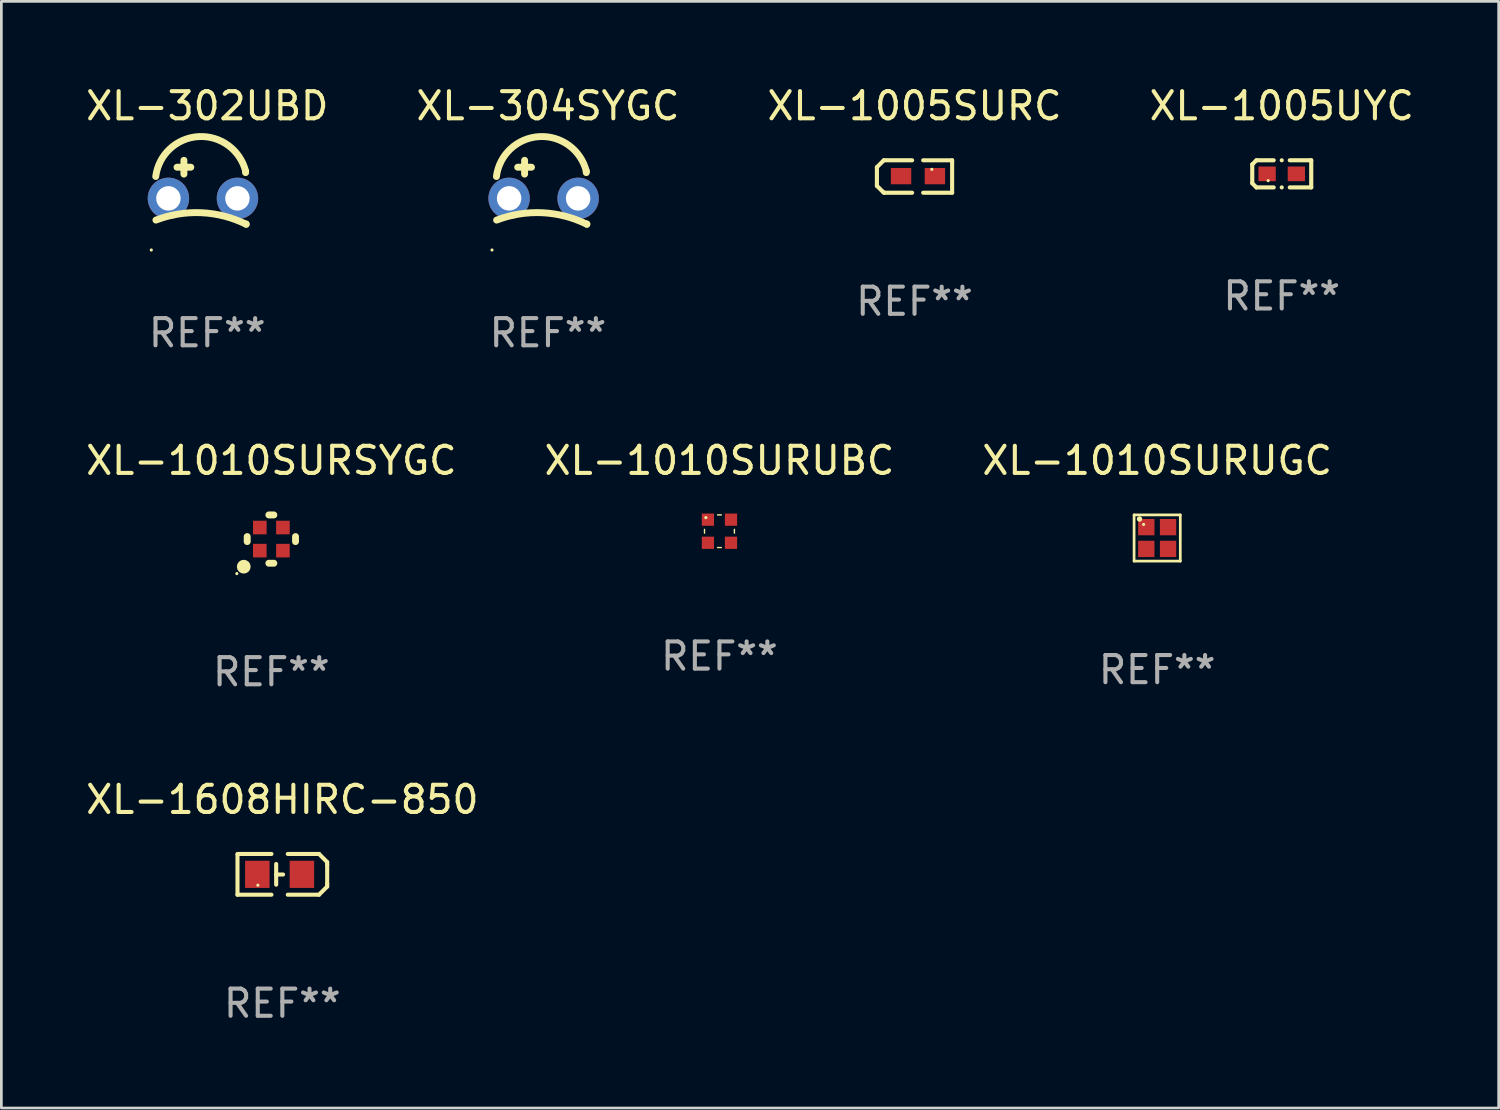
<source format=kicad_pcb>
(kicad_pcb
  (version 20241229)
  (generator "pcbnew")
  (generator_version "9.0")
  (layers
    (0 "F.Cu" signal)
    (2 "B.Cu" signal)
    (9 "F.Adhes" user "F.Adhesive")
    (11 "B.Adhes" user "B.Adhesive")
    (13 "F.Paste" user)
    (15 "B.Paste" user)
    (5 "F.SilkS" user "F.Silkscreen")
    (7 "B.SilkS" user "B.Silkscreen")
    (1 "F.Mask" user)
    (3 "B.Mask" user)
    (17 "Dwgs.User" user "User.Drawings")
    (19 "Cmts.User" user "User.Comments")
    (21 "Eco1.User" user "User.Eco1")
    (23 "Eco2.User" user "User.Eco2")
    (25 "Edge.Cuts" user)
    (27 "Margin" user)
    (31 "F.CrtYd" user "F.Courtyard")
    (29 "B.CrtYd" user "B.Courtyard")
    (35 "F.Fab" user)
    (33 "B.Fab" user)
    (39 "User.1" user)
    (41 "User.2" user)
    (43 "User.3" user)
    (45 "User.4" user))
  (footprint "XL-304SYGC"
    (layer "F.Cu")
    (at 17.113 4.025)
    (property "Reference" "XL-304SYGC" (at 0 -3.176 0) (layer "F.SilkS") (effects (font (size 1 1) (thickness 0.15))))
    (attr through_hole)
    (fp_line (start -1.114 -0.922) (end -0.606 -0.922) (stroke (width 0.254) (type solid)) (layer "F.SilkS"))
    (fp_line (start -0.86 -1.176) (end -0.86 -0.668) (stroke (width 0.254) (type solid)) (layer "F.SilkS"))
    (fp_line (start 1.41 -0.776) (end 1.41 -0.723) (stroke (width 0.254) (type solid)) (layer "F.SilkS"))
    (fp_line (start 1.43 1.176) (end 1.43 1.164) (stroke (width 0.254) (type solid)) (layer "F.SilkS"))
    (fp_arc (start -1.896915 -0.579704) (mid -0.324751 -2.048067) (end 1.4103 -0.776302) (stroke (width 0.254001) (type solid)) (layer "F.SilkS"))
    (fp_arc (start -1.8897 1.023698) (mid -0.214006 0.752438) (end 1.429731 1.176302) (stroke (width 0.254001) (type solid)) (layer "F.SilkS"))
    (fp_circle (center -2.06 2.124) (end -2.03 2.124) (stroke (width 0.06) (type solid)) (fill no) (layer "F.SilkS"))
    (fp_text user "REF**" (at 0 5.176 0) (layer "F.Fab") (effects (font (size 1 1) (thickness 0.15))))
    (pad "1" thru_hole circle (at -1.43 0.224) (size 1.524 1.524) (drill 0.9) (layers "*.Cu" "*.Mask"))
    (pad "2" thru_hole circle (at 1.11 0.224) (size 1.524 1.524) (drill 0.9) (layers "*.Cu" "*.Mask")))
  (footprint "XL-1005SURC"
    (layer "F.Cu")
    (at 30.601 3.445)
    (property "Reference" "XL-1005SURC" (at 0 -2.597 0) (layer "F.SilkS") (effects (font (size 1 1) (thickness 0.15))))
    (attr through_hole)
    (fp_line (start -1.384 -0.343) (end -1.13 -0.597) (stroke (width 0.152) (type solid)) (layer "F.SilkS"))
    (fp_line (start -1.384 0.343) (end -1.384 -0.343) (stroke (width 0.152) (type solid)) (layer "F.SilkS"))
    (fp_line (start -1.143 0.584) (end -1.384 0.343) (stroke (width 0.152) (type solid)) (layer "F.SilkS"))
    (fp_line (start -1.13 -0.597) (end -0.089 -0.597) (stroke (width 0.152) (type solid)) (layer "F.SilkS"))
    (fp_line (start -1.105 0.597) (end -1.143 0.584) (stroke (width 0.152) (type solid)) (layer "F.SilkS"))
    (fp_line (start -1.105 0.597) (end -0.089 0.597) (stroke (width 0.152) (type solid)) (layer "F.SilkS"))
    (fp_line (start 0.318 0.597) (end 1.384 0.597) (stroke (width 0.15) (type solid)) (layer "F.SilkS"))
    (fp_line (start 1.384 -0.597) (end 0.318 -0.597) (stroke (width 0.15) (type solid)) (layer "F.SilkS"))
    (fp_line (start 1.384 0.597) (end 1.384 -0.597) (stroke (width 0.15) (type solid)) (layer "F.SilkS"))
    (fp_circle (center 0.637 -0.264) (end 0.667 -0.264) (stroke (width 0.06) (type solid)) (fill no) (layer "F.SilkS"))
    (fp_text user "REF**" (at 0 4.597 0) (layer "F.Fab") (effects (font (size 1 1) (thickness 0.15))))
    (pad "1" smd rect (at 0.75 -0.014) (size 0.75 0.6) (layers "F.Cu" "F.Mask" "F.Paste"))
    (pad "2" smd rect (at -0.496 -0.014) (size 0.75 0.6) (layers "F.Cu" "F.Mask" "F.Paste")))
  (footprint "XL-302UBD"
    (layer "F.Cu")
    (at 4.577 4.025)
    (property "Reference" "XL-302UBD" (at 0 -3.176 0) (layer "F.SilkS") (effects (font (size 1 1) (thickness 0.15))))
    (attr through_hole)
    (fp_line (start -1.114 -0.922) (end -0.606 -0.922) (stroke (width 0.254) (type solid)) (layer "F.SilkS"))
    (fp_line (start -0.86 -1.176) (end -0.86 -0.668) (stroke (width 0.254) (type solid)) (layer "F.SilkS"))
    (fp_line (start 1.41 -0.776) (end 1.41 -0.723) (stroke (width 0.254) (type solid)) (layer "F.SilkS"))
    (fp_line (start 1.43 1.176) (end 1.43 1.164) (stroke (width 0.254) (type solid)) (layer "F.SilkS"))
    (fp_arc (start -1.896915 -0.579704) (mid -0.324751 -2.048067) (end 1.4103 -0.776302) (stroke (width 0.254001) (type solid)) (layer "F.SilkS"))
    (fp_arc (start -1.8897 1.023698) (mid -0.214006 0.752438) (end 1.429731 1.176302) (stroke (width 0.254001) (type solid)) (layer "F.SilkS"))
    (fp_circle (center -2.06 2.124) (end -2.03 2.124) (stroke (width 0.06) (type solid)) (fill no) (layer "F.SilkS"))
    (fp_text user "REF**" (at 0 5.176 0) (layer "F.Fab") (effects (font (size 1 1) (thickness 0.15))))
    (pad "1" thru_hole circle (at -1.43 0.224) (size 1.524 1.524) (drill 0.9) (layers "*.Cu" "*.Mask"))
    (pad "2" thru_hole circle (at 1.11 0.224) (size 1.524 1.524) (drill 0.9) (layers "*.Cu" "*.Mask")))
  (footprint "XL-1608HIRC-850"
    (layer "F.Cu")
    (at 7.339 29.122)
    (property "Reference" "XL-1608HIRC-850" (at 0 -2.75 0) (layer "F.SilkS") (effects (font (size 1 1) (thickness 0.15))))
    (attr through_hole)
    (fp_line (start -1.65 0.75) (end -1.65 -0.73) (stroke (width 0.15) (type solid)) (layer "F.SilkS"))
    (fp_line (start -0.4 -0.75) (end -1.65 -0.75) (stroke (width 0.15) (type solid)) (layer "F.SilkS"))
    (fp_line (start -0.4 0.75) (end -1.65 0.75) (stroke (width 0.15) (type solid)) (layer "F.SilkS"))
    (fp_line (start -0.227 -0.381) (end -0.227 0.381) (stroke (width 0.15) (type solid)) (layer "F.SilkS"))
    (fp_line (start -0.227 0.006) (end 0.027 0.006) (stroke (width 0.15) (type solid)) (layer "F.SilkS"))
    (fp_line (start 0.2 -0.75) (end 1.35 -0.75) (stroke (width 0.15) (type solid)) (layer "F.SilkS"))
    (fp_line (start 0.2 0.75) (end 1.35 0.75) (stroke (width 0.15) (type solid)) (layer "F.SilkS"))
    (fp_line (start 1.65 -0.45) (end 1.35 -0.75) (stroke (width 0.15) (type solid)) (layer "F.SilkS"))
    (fp_line (start 1.65 -0.35) (end 1.65 -0.45) (stroke (width 0.15) (type solid)) (layer "F.SilkS"))
    (fp_line (start 1.65 0.35) (end 1.65 -0.35) (stroke (width 0.15) (type solid)) (layer "F.SilkS"))
    (fp_line (start 1.65 0.35) (end 1.65 0.45) (stroke (width 0.15) (type solid)) (layer "F.SilkS"))
    (fp_line (start 1.65 0.45) (end 1.35 0.75) (stroke (width 0.15) (type solid)) (layer "F.SilkS"))
    (fp_circle (center -0.9 0.4) (end -0.87 0.4) (stroke (width 0.06) (type solid)) (fill no) (layer "F.SilkS"))
    (fp_text user "REF**" (at 0 4.75 0) (layer "F.Fab") (effects (font (size 1 1) (thickness 0.15))))
    (pad "1" smd rect (at -0.92 0.000051 270) (size 1 0.9) (layers "F.Cu" "F.Mask" "F.Paste"))
    (pad "2" smd rect (at 0.72 0.000051 270) (size 1 0.9) (layers "F.Cu" "F.Mask" "F.Paste")))
  (footprint "XL-1010SURUBC"
    (layer "F.Cu")
    (at 23.423 16.497)
    (property "Reference" "XL-1010SURUBC" (at 0 -2.6 0) (layer "F.SilkS") (effects (font (size 1 1) (thickness 0.15))))
    (attr through_hole)
    (fp_line (start -0.55 0.07) (end -0.55 -0.07) (stroke (width 0.051) (type solid)) (layer "F.SilkS"))
    (fp_line (start 0.07 -0.6) (end -0.071 -0.6) (stroke (width 0.051) (type solid)) (layer "F.SilkS"))
    (fp_line (start 0.07 0.6) (end -0.07 0.6) (stroke (width 0.051) (type solid)) (layer "F.SilkS"))
    (fp_line (start 0.55 0.07) (end 0.55 -0.07) (stroke (width 0.051) (type solid)) (layer "F.SilkS"))
    (fp_circle (center -0.5 -0.5) (end -0.47 -0.5) (stroke (width 0.06) (type solid)) (fill no) (layer "F.SilkS"))
    (fp_text user "REF**" (at 0 4.6 0) (layer "F.Fab") (effects (font (size 1 1) (thickness 0.15))))
    (pad "1" smd rect (at -0.425 -0.425 180) (size 0.45 0.45) (layers "F.Cu" "F.Mask" "F.Paste"))
    (pad "2" smd rect (at 0.425 -0.425 180) (size 0.45 0.45) (layers "F.Cu" "F.Mask" "F.Paste"))
    (pad "3" smd rect (at -0.425 0.425 180) (size 0.45 0.45) (layers "F.Cu" "F.Mask" "F.Paste"))
    (pad "4" smd rect (at 0.425 0.425 180) (size 0.45 0.45) (layers "F.Cu" "F.Mask" "F.Paste")))
  (footprint "XL-1010SURUGC"
    (layer "F.Cu")
    (at 39.53 16.747)
    (property "Reference" "XL-1010SURUGC" (at 0 -2.85 0) (layer "F.SilkS") (effects (font (size 1 1) (thickness 0.15))))
    (attr through_hole)
    (fp_line (start -0.85 -0.85) (end -0.85 0.85) (stroke (width 0.1) (type solid)) (layer "F.SilkS"))
    (fp_line (start -0.85 0.85) (end 0.85 0.85) (stroke (width 0.1) (type solid)) (layer "F.SilkS"))
    (fp_line (start 0.85 -0.85) (end -0.85 -0.85) (stroke (width 0.1) (type solid)) (layer "F.SilkS"))
    (fp_line (start 0.85 0.85) (end 0.85 -0.85) (stroke (width 0.1) (type solid)) (layer "F.SilkS"))
    (fp_circle (center -0.65 -0.7) (end -0.6 -0.7) (stroke (width 0.1) (type solid)) (fill no) (layer "F.SilkS"))
    (fp_circle (center -0.5 -0.5) (end -0.47 -0.5) (stroke (width 0.06) (type solid)) (fill no) (layer "F.SilkS"))
    (fp_text user "REF**" (at 0 4.85 0) (layer "F.Fab") (effects (font (size 1 1) (thickness 0.15))))
    (pad "1" smd rect (at -0.4 -0.4) (size 0.6 0.6) (layers "F.Cu" "F.Mask" "F.Paste"))
    (pad "2" smd rect (at 0.4 -0.4) (size 0.6 0.6) (layers "F.Cu" "F.Mask" "F.Paste"))
    (pad "3" smd rect (at -0.4 0.4) (size 0.6 0.6) (layers "F.Cu" "F.Mask" "F.Paste"))
    (pad "4" smd rect (at 0.4 0.4) (size 0.6 0.6) (layers "F.Cu" "F.Mask" "F.Paste")))
  (footprint "XL-1005UYC"
    (layer "F.Cu")
    (at 44.113 3.347)
    (property "Reference" "XL-1005UYC" (at 0 -2.499 0) (layer "F.SilkS") (effects (font (size 1 1) (thickness 0.15))))
    (attr through_hole)
    (fp_line (start -1.085 -0.346) (end -0.933 -0.499) (stroke (width 0.152) (type solid)) (layer "F.SilkS"))
    (fp_line (start -1.085 0.346) (end -1.085 -0.346) (stroke (width 0.152) (type solid)) (layer "F.SilkS"))
    (fp_line (start -0.933 -0.499) (end -0.296 -0.499) (stroke (width 0.152) (type solid)) (layer "F.SilkS"))
    (fp_line (start -0.933 0.499) (end -1.085 0.346) (stroke (width 0.152) (type solid)) (layer "F.SilkS"))
    (fp_line (start -0.296 0.499) (end -0.933 0.499) (stroke (width 0.152) (type solid)) (layer "F.SilkS"))
    (fp_line (start 0.296 0.499) (end 1.085 0.499) (stroke (width 0.152) (type solid)) (layer "F.SilkS"))
    (fp_line (start 1.085 -0.499) (end 0.296 -0.499) (stroke (width 0.152) (type solid)) (layer "F.SilkS"))
    (fp_line (start 1.085 0.499) (end 1.085 -0.499) (stroke (width 0.152) (type solid)) (layer "F.SilkS"))
    (fp_circle (center -0.5 0.25) (end -0.47 0.25) (stroke (width 0.06) (type solid)) (fill no) (layer "F.SilkS"))
    (fp_circle (center 0 -0.499) (end 0.038 -0.499) (stroke (width 0.076) (type solid)) (fill no) (layer "F.SilkS"))
    (fp_circle (center 0 0.499) (end 0.038 0.499) (stroke (width 0.076) (type solid)) (fill no) (layer "F.SilkS"))
    (fp_text user "REF**" (at 0 4.499 0) (layer "F.Fab") (effects (font (size 1 1) (thickness 0.15))))
    (pad "1" smd rect (at -0.538 0) (size 0.636 0.54) (layers "F.Cu" "F.Mask" "F.Paste"))
    (pad "2" smd rect (at 0.538 0) (size 0.636 0.54) (layers "F.Cu" "F.Mask" "F.Paste")))
  (footprint "XL-1010SURSYGC"
    (layer "F.Cu")
    (at 6.935 16.786)
    (property "Reference" "XL-1010SURSYGC" (at 0 -2.889 0) (layer "F.SilkS") (effects (font (size 1 1) (thickness 0.15))))
    (attr through_hole)
    (fp_line (start -0.889 0.092) (end -0.889 -0.092) (stroke (width 0.254) (type solid)) (layer "F.SilkS"))
    (fp_line (start -0.092 -0.889) (end 0.092 -0.889) (stroke (width 0.254) (type solid)) (layer "F.SilkS"))
    (fp_line (start -0.092 0.889) (end 0.092 0.889) (stroke (width 0.254) (type solid)) (layer "F.SilkS"))
    (fp_line (start 0.889 0.092) (end 0.889 -0.092) (stroke (width 0.254) (type solid)) (layer "F.SilkS"))
    (fp_circle (center -1.27 1.27) (end -1.24 1.27) (stroke (width 0.06) (type solid)) (fill no) (layer "F.SilkS"))
    (fp_circle (center -1.016 1.016) (end -0.889 1.016) (stroke (width 0.254) (type solid)) (fill no) (layer "F.SilkS"))
    (fp_text user "REF**" (at 0 4.889 0) (layer "F.Fab") (effects (font (size 1 1) (thickness 0.15))))
    (pad "1" smd rect (at -0.425 0.425 90) (size 0.5 0.5) (layers "F.Cu" "F.Mask" "F.Paste"))
    (pad "2" smd rect (at -0.425 -0.425 90) (size 0.5 0.5) (layers "F.Cu" "F.Mask" "F.Paste"))
    (pad "3" smd rect (at 0.425 0.425 90) (size 0.5 0.5) (layers "F.Cu" "F.Mask" "F.Paste"))
    (pad "4" smd rect (at 0.425 -0.425 90) (size 0.5 0.5) (layers "F.Cu" "F.Mask" "F.Paste")))
  (gr_rect
    (start -3 -3)
    (end 52.095 37.72)
    (stroke (width 0.1) (type default))
    (fill no)
    (layer "Edge.Cuts")))
</source>
